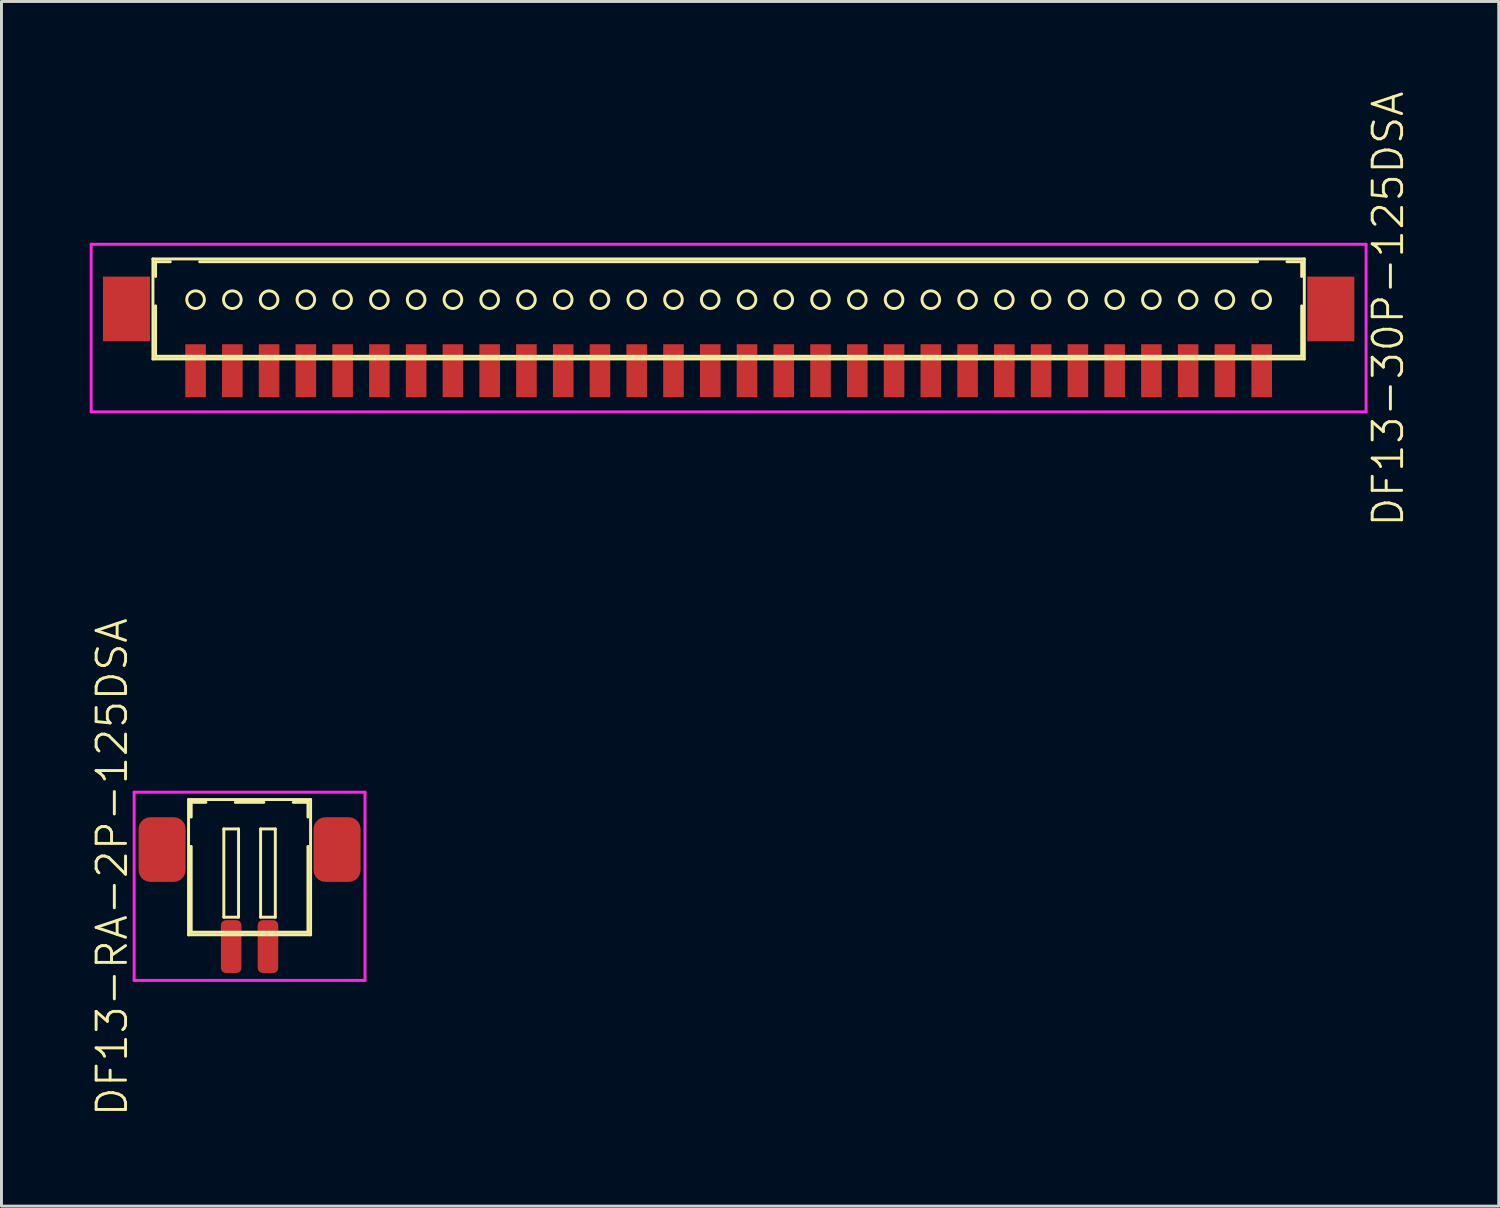
<source format=kicad_pcb>
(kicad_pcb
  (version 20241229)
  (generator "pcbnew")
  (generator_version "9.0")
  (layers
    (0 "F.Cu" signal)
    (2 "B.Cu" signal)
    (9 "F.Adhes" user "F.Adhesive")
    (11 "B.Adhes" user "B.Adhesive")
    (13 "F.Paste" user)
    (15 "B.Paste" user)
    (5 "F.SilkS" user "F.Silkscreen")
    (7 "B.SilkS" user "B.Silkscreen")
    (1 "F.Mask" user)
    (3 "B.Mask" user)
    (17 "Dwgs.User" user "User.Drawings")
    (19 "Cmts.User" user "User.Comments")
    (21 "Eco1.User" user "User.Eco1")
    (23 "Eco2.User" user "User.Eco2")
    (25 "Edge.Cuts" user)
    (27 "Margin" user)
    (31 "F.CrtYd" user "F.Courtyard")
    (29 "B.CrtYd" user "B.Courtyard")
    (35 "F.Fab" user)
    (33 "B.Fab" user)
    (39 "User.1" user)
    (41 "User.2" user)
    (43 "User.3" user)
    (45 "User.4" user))
  (footprint "DF13-RA-2P-125DSA"
    (layer "F.Cu")
    (at 5.436 29.136)
    (property "Reference" "DF13-RA-2P-125DSA" (at -4.675 -2.7 90) (layer "F.SilkS") (effects (font (size 1 1) (thickness 0.1))))
    (attr through_hole)
    (fp_line (start -2.075 -5) (end -2.075 -0.4) (stroke (width 0.1) (type solid)) (layer "F.SilkS"))
    (fp_line (start -2.075 -5) (end 2.075 -5) (stroke (width 0.1) (type solid)) (layer "F.SilkS"))
    (fp_line (start -2.075 -0.4) (end 2.075 -0.4) (stroke (width 0.1) (type solid)) (layer "F.SilkS"))
    (fp_line (start -1.985 -4.905) (end -1.985 -4.405) (stroke (width 0.1) (type solid)) (layer "F.SilkS"))
    (fp_line (start -1.985 -4.905) (end -1.485 -4.905) (stroke (width 0.1) (type solid)) (layer "F.SilkS"))
    (fp_line (start -1.985 -3.405) (end -1.985 -0.49) (stroke (width 0.1) (type solid)) (layer "F.SilkS"))
    (fp_line (start -1.985 -0.49) (end 1.985 -0.49) (stroke (width 0.1) (type solid)) (layer "F.SilkS"))
    (fp_line (start -0.875 -4) (end -0.875 -1) (stroke (width 0.1) (type solid)) (layer "F.SilkS"))
    (fp_line (start -0.875 -1) (end -0.375 -1) (stroke (width 0.1) (type solid)) (layer "F.SilkS"))
    (fp_line (start -0.485 -4.905) (end 0.485 -4.905) (stroke (width 0.1) (type solid)) (layer "F.SilkS"))
    (fp_line (start -0.375 -4) (end -0.875 -4) (stroke (width 0.1) (type solid)) (layer "F.SilkS"))
    (fp_line (start -0.375 -1) (end -0.375 -4) (stroke (width 0.1) (type solid)) (layer "F.SilkS"))
    (fp_line (start 0.375 -4) (end 0.375 -1) (stroke (width 0.1) (type solid)) (layer "F.SilkS"))
    (fp_line (start 0.375 -1) (end 0.875 -1) (stroke (width 0.1) (type solid)) (layer "F.SilkS"))
    (fp_line (start 0.875 -4) (end 0.375 -4) (stroke (width 0.1) (type solid)) (layer "F.SilkS"))
    (fp_line (start 0.875 -1) (end 0.875 -4) (stroke (width 0.1) (type solid)) (layer "F.SilkS"))
    (fp_line (start 1.485 -4.905) (end 1.985 -4.905) (stroke (width 0.1) (type solid)) (layer "F.SilkS"))
    (fp_line (start 1.985 -4.905) (end 1.985 -4.405) (stroke (width 0.1) (type solid)) (layer "F.SilkS"))
    (fp_line (start 1.985 -3.405) (end 1.985 -0.49) (stroke (width 0.1) (type solid)) (layer "F.SilkS"))
    (fp_line (start 2.075 -5) (end 2.075 -0.4) (stroke (width 0.1) (type solid)) (layer "F.SilkS"))
    (fp_line (start -3.925 -5.25) (end -3.925 1.15) (stroke (width 0.1) (type solid)) (layer "F.CrtYd"))
    (fp_line (start -3.925 1.15) (end 3.925 1.15) (stroke (width 0.1) (type solid)) (layer "F.CrtYd"))
    (fp_line (start 3.925 -5.25) (end -3.925 -5.25) (stroke (width 0.1) (type solid)) (layer "F.CrtYd"))
    (fp_line (start 3.925 1.15) (end 3.925 -5.25) (stroke (width 0.1) (type solid)) (layer "F.CrtYd"))
    (pad "1" smd roundrect (at -0.625 0) (size 0.7 1.8) (layers "F.Cu" "F.Mask" "F.Paste") (roundrect_rratio 0.25))
    (pad "2" smd roundrect (at 0.625 0) (size 0.7 1.8) (layers "F.Cu" "F.Mask" "F.Paste") (roundrect_rratio 0.25))
    (pad "S" smd roundrect (at -2.975 -3.3) (size 1.6 2.2) (layers "F.Cu" "F.Mask" "F.Paste") (roundrect_rratio 0.25))
    (pad "S" smd roundrect (at 2.975 -3.3) (size 1.6 2.2) (layers "F.Cu" "F.Mask" "F.Paste") (roundrect_rratio 0.25)))
  (footprint "DF13-30P-125DSA"
    (layer "F.Cu")
    (at 21.725 9.555)
    (property "Reference" "DF13-30P-125DSA" (at 22.425 -2.1 90) (layer "F.SilkS") (effects (font (size 1 1) (thickness 0.1))))
    (attr through_hole)
    (fp_line (start -19.575 -3.8) (end -19.575 -0.4) (stroke (width 0.1) (type solid)) (layer "F.SilkS"))
    (fp_line (start -19.575 -3.8) (end 19.575 -3.8) (stroke (width 0.1) (type solid)) (layer "F.SilkS"))
    (fp_line (start -19.575 -0.4) (end 19.575 -0.4) (stroke (width 0.1) (type solid)) (layer "F.SilkS"))
    (fp_line (start -19.485 -3.705) (end -19.485 -3.205) (stroke (width 0.1) (type solid)) (layer "F.SilkS"))
    (fp_line (start -19.485 -3.705) (end -18.985 -3.705) (stroke (width 0.1) (type solid)) (layer "F.SilkS"))
    (fp_line (start -19.485 -2.205) (end -19.485 -0.49) (stroke (width 0.1) (type solid)) (layer "F.SilkS"))
    (fp_line (start -19.485 -0.49) (end 19.485 -0.49) (stroke (width 0.1) (type solid)) (layer "F.SilkS"))
    (fp_line (start -17.985 -3.705) (end 17.985 -3.705) (stroke (width 0.1) (type solid)) (layer "F.SilkS"))
    (fp_line (start 18.985 -3.705) (end 19.485 -3.705) (stroke (width 0.1) (type solid)) (layer "F.SilkS"))
    (fp_line (start 19.485 -3.705) (end 19.485 -3.205) (stroke (width 0.1) (type solid)) (layer "F.SilkS"))
    (fp_line (start 19.485 -2.205) (end 19.485 -0.49) (stroke (width 0.1) (type solid)) (layer "F.SilkS"))
    (fp_line (start 19.575 -3.8) (end 19.575 -0.4) (stroke (width 0.1) (type solid)) (layer "F.SilkS"))
    (fp_circle (center -18.125 -2.415) (end -17.825 -2.415) (stroke (width 0.1) (type solid)) (fill no) (layer "F.SilkS"))
    (fp_circle (center -16.875 -2.415) (end -16.575 -2.415) (stroke (width 0.1) (type solid)) (fill no) (layer "F.SilkS"))
    (fp_circle (center -15.625 -2.415) (end -15.325 -2.415) (stroke (width 0.1) (type solid)) (fill no) (layer "F.SilkS"))
    (fp_circle (center -14.375 -2.415) (end -14.075 -2.415) (stroke (width 0.1) (type solid)) (fill no) (layer "F.SilkS"))
    (fp_circle (center -13.125 -2.415) (end -12.825 -2.415) (stroke (width 0.1) (type solid)) (fill no) (layer "F.SilkS"))
    (fp_circle (center -11.875 -2.415) (end -11.575 -2.415) (stroke (width 0.1) (type solid)) (fill no) (layer "F.SilkS"))
    (fp_circle (center -10.625 -2.415) (end -10.325 -2.415) (stroke (width 0.1) (type solid)) (fill no) (layer "F.SilkS"))
    (fp_circle (center -9.375 -2.415) (end -9.075 -2.415) (stroke (width 0.1) (type solid)) (fill no) (layer "F.SilkS"))
    (fp_circle (center -8.125 -2.415) (end -7.825 -2.415) (stroke (width 0.1) (type solid)) (fill no) (layer "F.SilkS"))
    (fp_circle (center -6.875 -2.415) (end -6.575 -2.415) (stroke (width 0.1) (type solid)) (fill no) (layer "F.SilkS"))
    (fp_circle (center -5.625 -2.415) (end -5.325 -2.415) (stroke (width 0.1) (type solid)) (fill no) (layer "F.SilkS"))
    (fp_circle (center -4.375 -2.415) (end -4.075 -2.415) (stroke (width 0.1) (type solid)) (fill no) (layer "F.SilkS"))
    (fp_circle (center -3.125 -2.415) (end -2.825 -2.415) (stroke (width 0.1) (type solid)) (fill no) (layer "F.SilkS"))
    (fp_circle (center -1.875 -2.415) (end -1.575 -2.415) (stroke (width 0.1) (type solid)) (fill no) (layer "F.SilkS"))
    (fp_circle (center -0.625 -2.415) (end -0.325 -2.415) (stroke (width 0.1) (type solid)) (fill no) (layer "F.SilkS"))
    (fp_circle (center 0.625 -2.415) (end 0.925 -2.415) (stroke (width 0.1) (type solid)) (fill no) (layer "F.SilkS"))
    (fp_circle (center 1.875 -2.415) (end 2.175 -2.415) (stroke (width 0.1) (type solid)) (fill no) (layer "F.SilkS"))
    (fp_circle (center 3.125 -2.415) (end 3.425 -2.415) (stroke (width 0.1) (type solid)) (fill no) (layer "F.SilkS"))
    (fp_circle (center 4.375 -2.415) (end 4.675 -2.415) (stroke (width 0.1) (type solid)) (fill no) (layer "F.SilkS"))
    (fp_circle (center 5.625 -2.415) (end 5.925 -2.415) (stroke (width 0.1) (type solid)) (fill no) (layer "F.SilkS"))
    (fp_circle (center 6.875 -2.415) (end 7.175 -2.415) (stroke (width 0.1) (type solid)) (fill no) (layer "F.SilkS"))
    (fp_circle (center 8.125 -2.415) (end 8.425 -2.415) (stroke (width 0.1) (type solid)) (fill no) (layer "F.SilkS"))
    (fp_circle (center 9.375 -2.415) (end 9.675 -2.415) (stroke (width 0.1) (type solid)) (fill no) (layer "F.SilkS"))
    (fp_circle (center 10.625 -2.415) (end 10.925 -2.415) (stroke (width 0.1) (type solid)) (fill no) (layer "F.SilkS"))
    (fp_circle (center 11.875 -2.415) (end 12.175 -2.415) (stroke (width 0.1) (type solid)) (fill no) (layer "F.SilkS"))
    (fp_circle (center 13.125 -2.415) (end 13.425 -2.415) (stroke (width 0.1) (type solid)) (fill no) (layer "F.SilkS"))
    (fp_circle (center 14.375 -2.415) (end 14.675 -2.415) (stroke (width 0.1) (type solid)) (fill no) (layer "F.SilkS"))
    (fp_circle (center 15.625 -2.415) (end 15.925 -2.415) (stroke (width 0.1) (type solid)) (fill no) (layer "F.SilkS"))
    (fp_circle (center 16.875 -2.415) (end 17.175 -2.415) (stroke (width 0.1) (type solid)) (fill no) (layer "F.SilkS"))
    (fp_circle (center 18.125 -2.415) (end 18.425 -2.415) (stroke (width 0.1) (type solid)) (fill no) (layer "F.SilkS"))
    (fp_line (start -21.675 -4.3) (end -21.675 1.4) (stroke (width 0.1) (type solid)) (layer "F.CrtYd"))
    (fp_line (start -21.675 1.4) (end 21.675 1.4) (stroke (width 0.1) (type solid)) (layer "F.CrtYd"))
    (fp_line (start 21.675 -4.3) (end -21.675 -4.3) (stroke (width 0.1) (type solid)) (layer "F.CrtYd"))
    (fp_line (start 21.675 1.4) (end 21.675 -4.3) (stroke (width 0.1) (type solid)) (layer "F.CrtYd"))
    (pad "1" smd rect (at -18.125 0) (size 0.7 1.8) (layers "F.Cu" "F.Mask" "F.Paste"))
    (pad "2" smd rect (at -16.875 0) (size 0.7 1.8) (layers "F.Cu" "F.Mask" "F.Paste"))
    (pad "3" smd rect (at -15.625 0) (size 0.7 1.8) (layers "F.Cu" "F.Mask" "F.Paste"))
    (pad "4" smd rect (at -14.375 0) (size 0.7 1.8) (layers "F.Cu" "F.Mask" "F.Paste"))
    (pad "5" smd rect (at -13.125 0) (size 0.7 1.8) (layers "F.Cu" "F.Mask" "F.Paste"))
    (pad "6" smd rect (at -11.875 0) (size 0.7 1.8) (layers "F.Cu" "F.Mask" "F.Paste"))
    (pad "7" smd rect (at -10.625 0) (size 0.7 1.8) (layers "F.Cu" "F.Mask" "F.Paste"))
    (pad "8" smd rect (at -9.375 0) (size 0.7 1.8) (layers "F.Cu" "F.Mask" "F.Paste"))
    (pad "9" smd rect (at -8.125 0) (size 0.7 1.8) (layers "F.Cu" "F.Mask" "F.Paste"))
    (pad "10" smd rect (at -6.875 0) (size 0.7 1.8) (layers "F.Cu" "F.Mask" "F.Paste"))
    (pad "11" smd rect (at -5.625 0) (size 0.7 1.8) (layers "F.Cu" "F.Mask" "F.Paste"))
    (pad "12" smd rect (at -4.375 0) (size 0.7 1.8) (layers "F.Cu" "F.Mask" "F.Paste"))
    (pad "13" smd rect (at -3.125 0) (size 0.7 1.8) (layers "F.Cu" "F.Mask" "F.Paste"))
    (pad "14" smd rect (at -1.875 0) (size 0.7 1.8) (layers "F.Cu" "F.Mask" "F.Paste"))
    (pad "15" smd rect (at -0.625 0) (size 0.7 1.8) (layers "F.Cu" "F.Mask" "F.Paste"))
    (pad "16" smd rect (at 0.625 0) (size 0.7 1.8) (layers "F.Cu" "F.Mask" "F.Paste"))
    (pad "17" smd rect (at 1.875 0) (size 0.7 1.8) (layers "F.Cu" "F.Mask" "F.Paste"))
    (pad "18" smd rect (at 3.125 0) (size 0.7 1.8) (layers "F.Cu" "F.Mask" "F.Paste"))
    (pad "19" smd rect (at 4.375 0) (size 0.7 1.8) (layers "F.Cu" "F.Mask" "F.Paste"))
    (pad "20" smd rect (at 5.625 0) (size 0.7 1.8) (layers "F.Cu" "F.Mask" "F.Paste"))
    (pad "21" smd rect (at 6.875 0) (size 0.7 1.8) (layers "F.Cu" "F.Mask" "F.Paste"))
    (pad "22" smd rect (at 8.125 0) (size 0.7 1.8) (layers "F.Cu" "F.Mask" "F.Paste"))
    (pad "23" smd rect (at 9.375 0) (size 0.7 1.8) (layers "F.Cu" "F.Mask" "F.Paste"))
    (pad "24" smd rect (at 10.625 0) (size 0.7 1.8) (layers "F.Cu" "F.Mask" "F.Paste"))
    (pad "25" smd rect (at 11.875 0) (size 0.7 1.8) (layers "F.Cu" "F.Mask" "F.Paste"))
    (pad "26" smd rect (at 13.125 0) (size 0.7 1.8) (layers "F.Cu" "F.Mask" "F.Paste"))
    (pad "27" smd rect (at 14.375 0) (size 0.7 1.8) (layers "F.Cu" "F.Mask" "F.Paste"))
    (pad "28" smd rect (at 15.625 0) (size 0.7 1.8) (layers "F.Cu" "F.Mask" "F.Paste"))
    (pad "29" smd rect (at 16.875 0) (size 0.7 1.8) (layers "F.Cu" "F.Mask" "F.Paste"))
    (pad "30" smd rect (at 18.125 0) (size 0.7 1.8) (layers "F.Cu" "F.Mask" "F.Paste"))
    (pad "S" smd rect (at -20.475 -2.1) (size 1.6 2.2) (layers "F.Cu" "F.Mask" "F.Paste"))
    (pad "S" smd rect (at 20.475 -2.1) (size 1.6 2.2) (layers "F.Cu" "F.Mask" "F.Paste")))
  (gr_rect
    (start -3 -3)
    (end 47.91 37.962)
    (stroke (width 0.1) (type default))
    (fill no)
    (layer "Edge.Cuts")))
</source>
